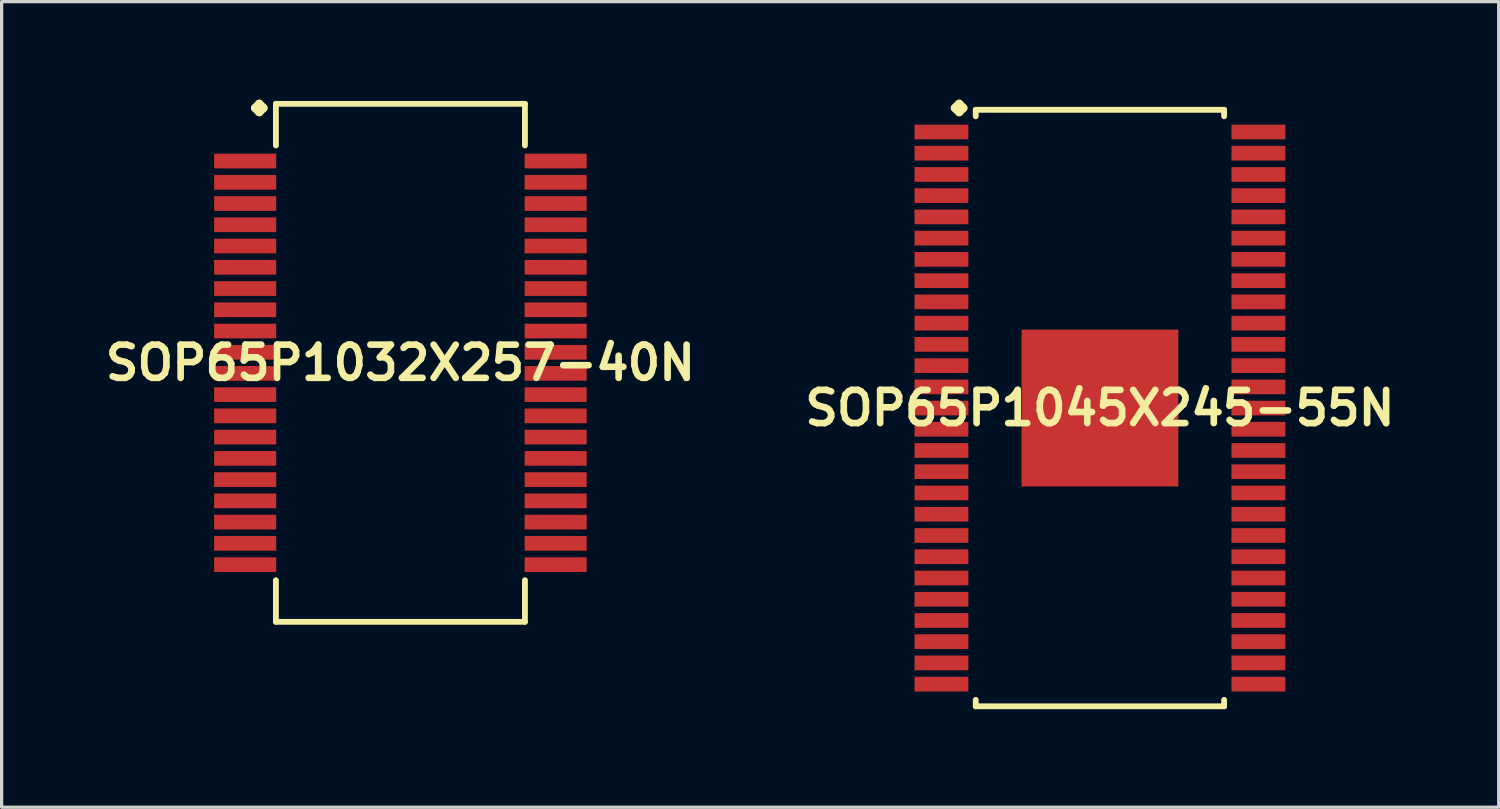
<source format=kicad_pcb>
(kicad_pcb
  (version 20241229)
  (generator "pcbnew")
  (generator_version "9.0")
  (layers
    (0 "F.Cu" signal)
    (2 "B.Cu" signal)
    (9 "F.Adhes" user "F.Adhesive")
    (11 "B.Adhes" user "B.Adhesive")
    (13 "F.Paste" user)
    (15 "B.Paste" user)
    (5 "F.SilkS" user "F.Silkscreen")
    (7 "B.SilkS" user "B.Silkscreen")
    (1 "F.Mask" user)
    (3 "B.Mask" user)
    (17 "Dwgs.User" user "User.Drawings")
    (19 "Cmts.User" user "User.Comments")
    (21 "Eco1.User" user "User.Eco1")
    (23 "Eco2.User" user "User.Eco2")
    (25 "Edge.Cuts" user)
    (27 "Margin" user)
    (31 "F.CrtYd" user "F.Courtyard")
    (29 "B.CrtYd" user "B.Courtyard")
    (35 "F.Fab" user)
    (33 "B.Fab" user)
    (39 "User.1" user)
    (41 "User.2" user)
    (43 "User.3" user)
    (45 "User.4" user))
  (footprint "SOP65P1045X245-55N"
    (layer "F.Cu")
    (at 30.606 9.436)
    (property "Reference" "SOP65P1045X245-55N" (at 0 0 0) (layer "F.SilkS") (effects (font (size 1.016 1.016) (thickness 0.203))))
    (attr smd)
    (fp_line (start -4.435 -9.182) (end -4.308 -9.309) (stroke (width 0.254) (type solid)) (layer "F.SilkS"))
    (fp_line (start -4.308 -9.309) (end -4.181 -9.182) (stroke (width 0.254) (type solid)) (layer "F.SilkS"))
    (fp_line (start -4.308 -9.055) (end -4.435 -9.182) (stroke (width 0.254) (type solid)) (layer "F.SilkS"))
    (fp_line (start -4.181 -9.182) (end -4.308 -9.055) (stroke (width 0.254) (type solid)) (layer "F.SilkS"))
    (fp_line (start -3.8 -9.126) (end 3.8 -9.126) (stroke (width 0.178) (type solid)) (layer "F.SilkS"))
    (fp_line (start -3.8 -8.928) (end -3.8 -9.126) (stroke (width 0.178) (type solid)) (layer "F.SilkS"))
    (fp_line (start -3.8 8.928) (end -3.8 9.126) (stroke (width 0.178) (type solid)) (layer "F.SilkS"))
    (fp_line (start -3.8 9.126) (end 3.8 9.126) (stroke (width 0.178) (type solid)) (layer "F.SilkS"))
    (fp_line (start 3.8 -9.126) (end 3.8 -8.928) (stroke (width 0.178) (type solid)) (layer "F.SilkS"))
    (fp_line (start 3.8 9.126) (end 3.8 8.928) (stroke (width 0.178) (type solid)) (layer "F.SilkS"))
    (pad "1" smd rect (at -4.849 -8.448) (size 1.648 0.45) (layers "F.Cu" "F.Mask" "F.Paste"))
    (pad "2" smd rect (at -4.849 -7.798) (size 1.648 0.45) (layers "F.Cu" "F.Mask" "F.Paste"))
    (pad "3" smd rect (at -4.849 -7.148) (size 1.648 0.45) (layers "F.Cu" "F.Mask" "F.Paste"))
    (pad "4" smd rect (at -4.849 -6.5) (size 1.648 0.45) (layers "F.Cu" "F.Mask" "F.Paste"))
    (pad "5" smd rect (at -4.849 -5.85) (size 1.648 0.45) (layers "F.Cu" "F.Mask" "F.Paste"))
    (pad "6" smd rect (at -4.849 -5.199) (size 1.648 0.45) (layers "F.Cu" "F.Mask" "F.Paste"))
    (pad "7" smd rect (at -4.849 -4.549) (size 1.648 0.45) (layers "F.Cu" "F.Mask" "F.Paste"))
    (pad "8" smd rect (at -4.849 -3.899) (size 1.648 0.45) (layers "F.Cu" "F.Mask" "F.Paste"))
    (pad "9" smd rect (at -4.849 -3.249) (size 1.648 0.45) (layers "F.Cu" "F.Mask" "F.Paste"))
    (pad "10" smd rect (at -4.849 -2.598) (size 1.648 0.45) (layers "F.Cu" "F.Mask" "F.Paste"))
    (pad "11" smd rect (at -4.849 -1.948) (size 1.648 0.45) (layers "F.Cu" "F.Mask" "F.Paste"))
    (pad "12" smd rect (at -4.849 -1.298) (size 1.648 0.45) (layers "F.Cu" "F.Mask" "F.Paste"))
    (pad "13" smd rect (at -4.849 -0.648) (size 1.648 0.45) (layers "F.Cu" "F.Mask" "F.Paste"))
    (pad "14" smd rect (at -4.849 0) (size 1.648 0.45) (layers "F.Cu" "F.Mask" "F.Paste"))
    (pad "15" smd rect (at -4.849 0.648) (size 1.648 0.45) (layers "F.Cu" "F.Mask" "F.Paste"))
    (pad "16" smd rect (at -4.849 1.298) (size 1.648 0.45) (layers "F.Cu" "F.Mask" "F.Paste"))
    (pad "17" smd rect (at -4.849 1.948) (size 1.648 0.45) (layers "F.Cu" "F.Mask" "F.Paste"))
    (pad "18" smd rect (at -4.849 2.598) (size 1.648 0.45) (layers "F.Cu" "F.Mask" "F.Paste"))
    (pad "19" smd rect (at -4.849 3.249) (size 1.648 0.45) (layers "F.Cu" "F.Mask" "F.Paste"))
    (pad "20" smd rect (at -4.849 3.899) (size 1.648 0.45) (layers "F.Cu" "F.Mask" "F.Paste"))
    (pad "21" smd rect (at -4.849 4.549) (size 1.648 0.45) (layers "F.Cu" "F.Mask" "F.Paste"))
    (pad "22" smd rect (at -4.849 5.199) (size 1.648 0.45) (layers "F.Cu" "F.Mask" "F.Paste"))
    (pad "23" smd rect (at -4.849 5.85) (size 1.648 0.45) (layers "F.Cu" "F.Mask" "F.Paste"))
    (pad "24" smd rect (at -4.849 6.5) (size 1.648 0.45) (layers "F.Cu" "F.Mask" "F.Paste"))
    (pad "25" smd rect (at -4.849 7.148) (size 1.648 0.45) (layers "F.Cu" "F.Mask" "F.Paste"))
    (pad "26" smd rect (at -4.849 7.798) (size 1.648 0.45) (layers "F.Cu" "F.Mask" "F.Paste"))
    (pad "27" smd rect (at -4.849 8.448) (size 1.648 0.45) (layers "F.Cu" "F.Mask" "F.Paste"))
    (pad "28" smd rect (at 4.849 8.448) (size 1.648 0.45) (layers "F.Cu" "F.Mask" "F.Paste"))
    (pad "29" smd rect (at 4.849 7.798) (size 1.648 0.45) (layers "F.Cu" "F.Mask" "F.Paste"))
    (pad "30" smd rect (at 4.849 7.148) (size 1.648 0.45) (layers "F.Cu" "F.Mask" "F.Paste"))
    (pad "31" smd rect (at 4.849 6.5) (size 1.648 0.45) (layers "F.Cu" "F.Mask" "F.Paste"))
    (pad "32" smd rect (at 4.849 5.85) (size 1.648 0.45) (layers "F.Cu" "F.Mask" "F.Paste"))
    (pad "33" smd rect (at 4.849 5.199) (size 1.648 0.45) (layers "F.Cu" "F.Mask" "F.Paste"))
    (pad "34" smd rect (at 4.849 4.549) (size 1.648 0.45) (layers "F.Cu" "F.Mask" "F.Paste"))
    (pad "35" smd rect (at 4.849 3.899) (size 1.648 0.45) (layers "F.Cu" "F.Mask" "F.Paste"))
    (pad "36" smd rect (at 4.849 3.249) (size 1.648 0.45) (layers "F.Cu" "F.Mask" "F.Paste"))
    (pad "37" smd rect (at 4.849 2.598) (size 1.648 0.45) (layers "F.Cu" "F.Mask" "F.Paste"))
    (pad "38" smd rect (at 4.849 1.948) (size 1.648 0.45) (layers "F.Cu" "F.Mask" "F.Paste"))
    (pad "39" smd rect (at 4.849 1.298) (size 1.648 0.45) (layers "F.Cu" "F.Mask" "F.Paste"))
    (pad "40" smd rect (at 4.849 0.648) (size 1.648 0.45) (layers "F.Cu" "F.Mask" "F.Paste"))
    (pad "41" smd rect (at 4.849 0) (size 1.648 0.45) (layers "F.Cu" "F.Mask" "F.Paste"))
    (pad "42" smd rect (at 4.849 -0.648) (size 1.648 0.45) (layers "F.Cu" "F.Mask" "F.Paste"))
    (pad "43" smd rect (at 4.849 -1.298) (size 1.648 0.45) (layers "F.Cu" "F.Mask" "F.Paste"))
    (pad "44" smd rect (at 4.849 -1.948) (size 1.648 0.45) (layers "F.Cu" "F.Mask" "F.Paste"))
    (pad "45" smd rect (at 4.849 -2.598) (size 1.648 0.45) (layers "F.Cu" "F.Mask" "F.Paste"))
    (pad "46" smd rect (at 4.849 -3.249) (size 1.648 0.45) (layers "F.Cu" "F.Mask" "F.Paste"))
    (pad "47" smd rect (at 4.849 -3.899) (size 1.648 0.45) (layers "F.Cu" "F.Mask" "F.Paste"))
    (pad "48" smd rect (at 4.849 -4.549) (size 1.648 0.45) (layers "F.Cu" "F.Mask" "F.Paste"))
    (pad "49" smd rect (at 4.849 -5.199) (size 1.648 0.45) (layers "F.Cu" "F.Mask" "F.Paste"))
    (pad "50" smd rect (at 4.849 -5.85) (size 1.648 0.45) (layers "F.Cu" "F.Mask" "F.Paste"))
    (pad "51" smd rect (at 4.849 -6.5) (size 1.648 0.45) (layers "F.Cu" "F.Mask" "F.Paste"))
    (pad "52" smd rect (at 4.849 -7.148) (size 1.648 0.45) (layers "F.Cu" "F.Mask" "F.Paste"))
    (pad "53" smd rect (at 4.849 -7.798) (size 1.648 0.45) (layers "F.Cu" "F.Mask" "F.Paste"))
    (pad "54" smd rect (at 4.849 -8.448) (size 1.648 0.45) (layers "F.Cu" "F.Mask" "F.Paste"))
    (pad "55" smd rect (at 0 0) (size 4.798 4.798) (layers "F.Cu" "F.Mask" "F.Paste")))
  (footprint "SOP65P1032X257-40N"
    (layer "F.Cu")
    (at 9.202 8.052)
    (property "Reference" "SOP65P1032X257-40N" (at 0 0 0) (layer "F.SilkS") (effects (font (size 1.016 1.016) (thickness 0.203))))
    (attr smd)
    (fp_line (start -4.445 -7.798) (end -4.318 -7.925) (stroke (width 0.254) (type solid)) (layer "F.SilkS"))
    (fp_line (start -4.318 -7.925) (end -4.191 -7.798) (stroke (width 0.254) (type solid)) (layer "F.SilkS"))
    (fp_line (start -4.318 -7.671) (end -4.445 -7.798) (stroke (width 0.254) (type solid)) (layer "F.SilkS"))
    (fp_line (start -4.191 -7.798) (end -4.318 -7.671) (stroke (width 0.254) (type solid)) (layer "F.SilkS"))
    (fp_line (start -3.81 -7.925) (end 3.81 -7.925) (stroke (width 0.178) (type solid)) (layer "F.SilkS"))
    (fp_line (start -3.81 -6.652) (end -3.81 -7.925) (stroke (width 0.178) (type solid)) (layer "F.SilkS"))
    (fp_line (start -3.81 6.652) (end -3.81 7.925) (stroke (width 0.178) (type solid)) (layer "F.SilkS"))
    (fp_line (start -3.81 7.925) (end 3.81 7.925) (stroke (width 0.178) (type solid)) (layer "F.SilkS"))
    (fp_line (start 3.81 -7.925) (end 3.81 -6.652) (stroke (width 0.178) (type solid)) (layer "F.SilkS"))
    (fp_line (start 3.81 7.925) (end 3.81 6.652) (stroke (width 0.178) (type solid)) (layer "F.SilkS"))
    (pad "1" smd rect (at -4.75 -6.175) (size 1.9 0.45) (layers "F.Cu" "F.Mask" "F.Paste"))
    (pad "2" smd rect (at -4.75 -5.524) (size 1.9 0.45) (layers "F.Cu" "F.Mask" "F.Paste"))
    (pad "3" smd rect (at -4.75 -4.874) (size 1.9 0.45) (layers "F.Cu" "F.Mask" "F.Paste"))
    (pad "4" smd rect (at -4.75 -4.224) (size 1.9 0.45) (layers "F.Cu" "F.Mask" "F.Paste"))
    (pad "5" smd rect (at -4.75 -3.574) (size 1.9 0.45) (layers "F.Cu" "F.Mask" "F.Paste"))
    (pad "6" smd rect (at -4.75 -2.924) (size 1.9 0.45) (layers "F.Cu" "F.Mask" "F.Paste"))
    (pad "7" smd rect (at -4.75 -2.273) (size 1.9 0.45) (layers "F.Cu" "F.Mask" "F.Paste"))
    (pad "8" smd rect (at -4.75 -1.623) (size 1.9 0.45) (layers "F.Cu" "F.Mask" "F.Paste"))
    (pad "9" smd rect (at -4.75 -0.973) (size 1.9 0.45) (layers "F.Cu" "F.Mask" "F.Paste"))
    (pad "10" smd rect (at -4.75 -0.323) (size 1.9 0.45) (layers "F.Cu" "F.Mask" "F.Paste"))
    (pad "11" smd rect (at -4.75 0.323) (size 1.9 0.45) (layers "F.Cu" "F.Mask" "F.Paste"))
    (pad "12" smd rect (at -4.75 0.973) (size 1.9 0.45) (layers "F.Cu" "F.Mask" "F.Paste"))
    (pad "13" smd rect (at -4.75 1.623) (size 1.9 0.45) (layers "F.Cu" "F.Mask" "F.Paste"))
    (pad "14" smd rect (at -4.75 2.273) (size 1.9 0.45) (layers "F.Cu" "F.Mask" "F.Paste"))
    (pad "15" smd rect (at -4.75 2.924) (size 1.9 0.45) (layers "F.Cu" "F.Mask" "F.Paste"))
    (pad "16" smd rect (at -4.75 3.574) (size 1.9 0.45) (layers "F.Cu" "F.Mask" "F.Paste"))
    (pad "17" smd rect (at -4.75 4.224) (size 1.9 0.45) (layers "F.Cu" "F.Mask" "F.Paste"))
    (pad "18" smd rect (at -4.75 4.874) (size 1.9 0.45) (layers "F.Cu" "F.Mask" "F.Paste"))
    (pad "19" smd rect (at -4.75 5.524) (size 1.9 0.45) (layers "F.Cu" "F.Mask" "F.Paste"))
    (pad "20" smd rect (at -4.75 6.175) (size 1.9 0.45) (layers "F.Cu" "F.Mask" "F.Paste"))
    (pad "21" smd rect (at 4.75 6.175) (size 1.9 0.45) (layers "F.Cu" "F.Mask" "F.Paste"))
    (pad "22" smd rect (at 4.75 5.524) (size 1.9 0.45) (layers "F.Cu" "F.Mask" "F.Paste"))
    (pad "23" smd rect (at 4.75 4.874) (size 1.9 0.45) (layers "F.Cu" "F.Mask" "F.Paste"))
    (pad "24" smd rect (at 4.75 4.224) (size 1.9 0.45) (layers "F.Cu" "F.Mask" "F.Paste"))
    (pad "25" smd rect (at 4.75 3.574) (size 1.9 0.45) (layers "F.Cu" "F.Mask" "F.Paste"))
    (pad "26" smd rect (at 4.75 2.924) (size 1.9 0.45) (layers "F.Cu" "F.Mask" "F.Paste"))
    (pad "27" smd rect (at 4.75 2.273) (size 1.9 0.45) (layers "F.Cu" "F.Mask" "F.Paste"))
    (pad "28" smd rect (at 4.75 1.623) (size 1.9 0.45) (layers "F.Cu" "F.Mask" "F.Paste"))
    (pad "29" smd rect (at 4.75 0.973) (size 1.9 0.45) (layers "F.Cu" "F.Mask" "F.Paste"))
    (pad "30" smd rect (at 4.75 0.323) (size 1.9 0.45) (layers "F.Cu" "F.Mask" "F.Paste"))
    (pad "31" smd rect (at 4.75 -0.323) (size 1.9 0.45) (layers "F.Cu" "F.Mask" "F.Paste"))
    (pad "32" smd rect (at 4.75 -0.973) (size 1.9 0.45) (layers "F.Cu" "F.Mask" "F.Paste"))
    (pad "33" smd rect (at 4.75 -1.623) (size 1.9 0.45) (layers "F.Cu" "F.Mask" "F.Paste"))
    (pad "34" smd rect (at 4.75 -2.273) (size 1.9 0.45) (layers "F.Cu" "F.Mask" "F.Paste"))
    (pad "35" smd rect (at 4.75 -2.924) (size 1.9 0.45) (layers "F.Cu" "F.Mask" "F.Paste"))
    (pad "36" smd rect (at 4.75 -3.574) (size 1.9 0.45) (layers "F.Cu" "F.Mask" "F.Paste"))
    (pad "37" smd rect (at 4.75 -4.224) (size 1.9 0.45) (layers "F.Cu" "F.Mask" "F.Paste"))
    (pad "38" smd rect (at 4.75 -4.874) (size 1.9 0.45) (layers "F.Cu" "F.Mask" "F.Paste"))
    (pad "39" smd rect (at 4.75 -5.524) (size 1.9 0.45) (layers "F.Cu" "F.Mask" "F.Paste"))
    (pad "40" smd rect (at 4.75 -6.175) (size 1.9 0.45) (layers "F.Cu" "F.Mask" "F.Paste")))
  (gr_rect
    (start -3 -3)
    (end 42.808 21.651)
    (stroke (width 0.1) (type default))
    (fill no)
    (layer "Edge.Cuts")))
</source>
